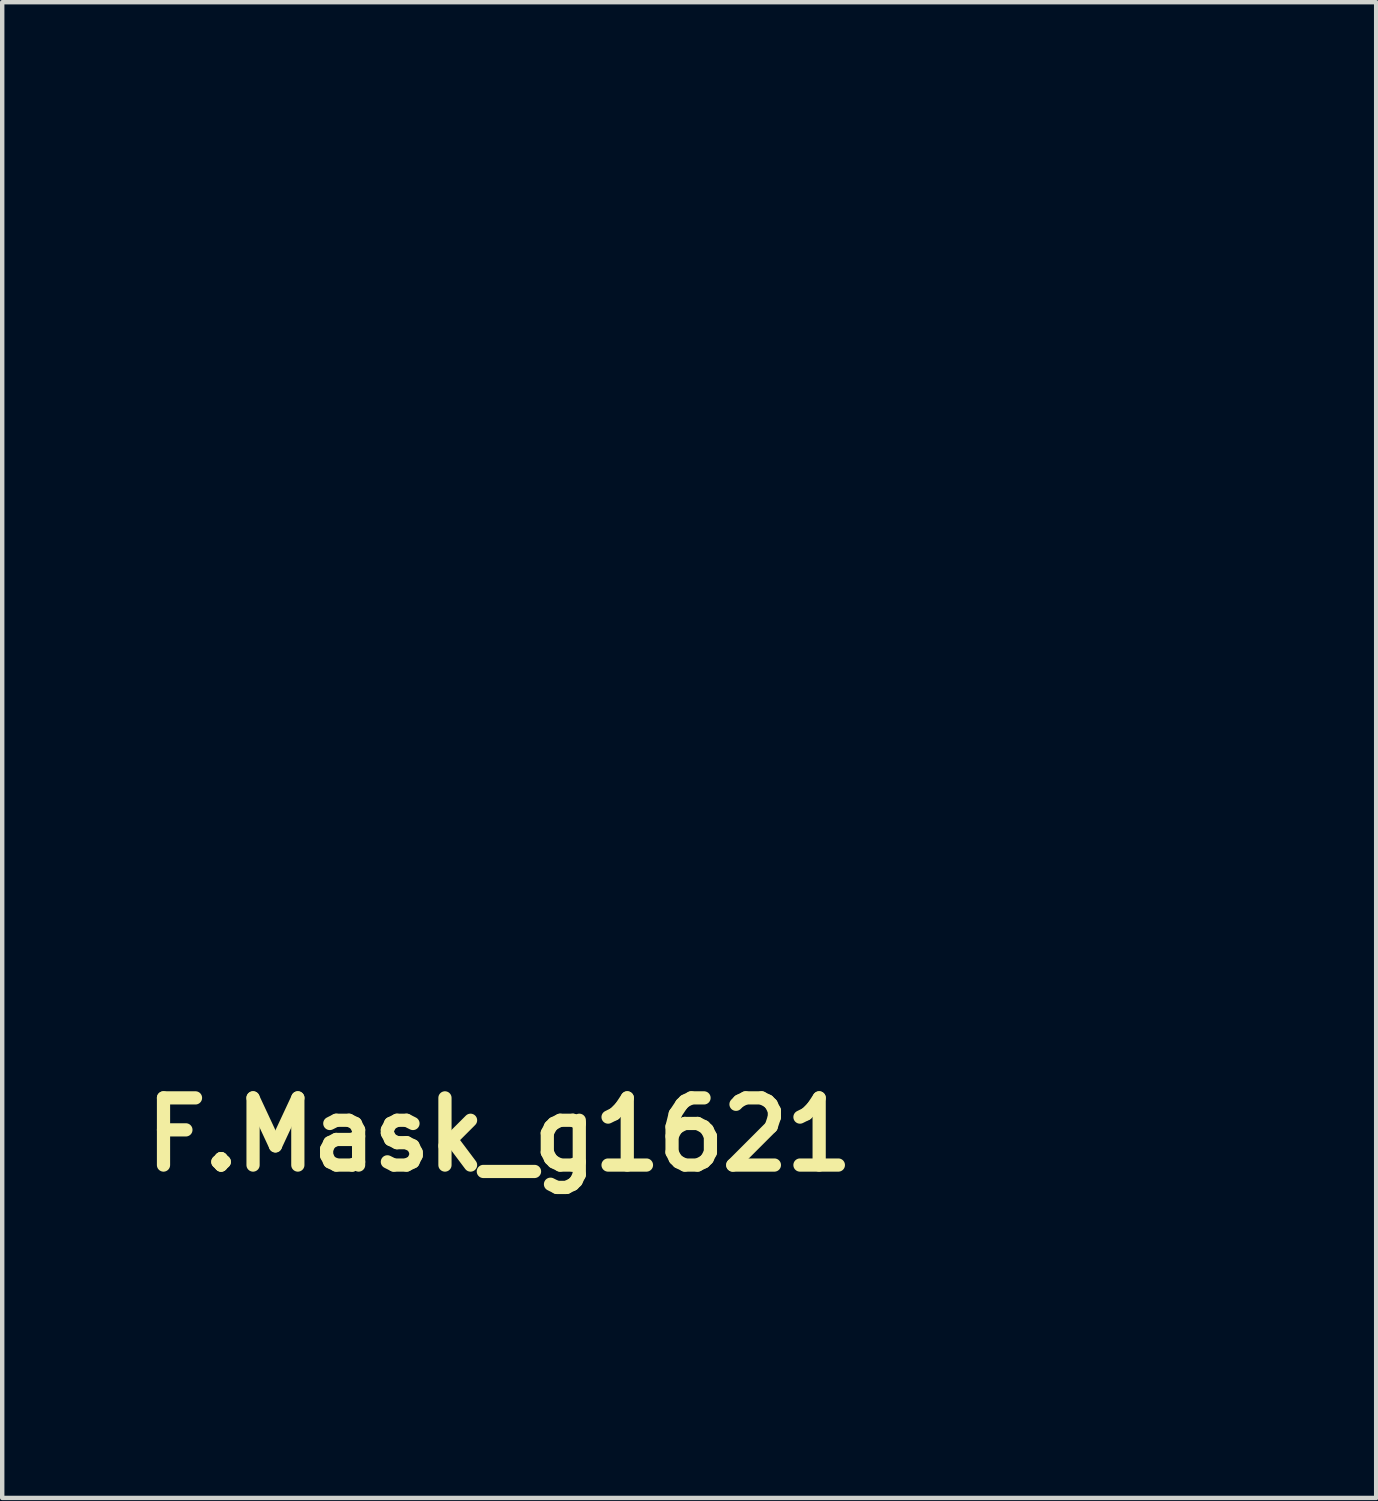
<source format=kicad_pcb>
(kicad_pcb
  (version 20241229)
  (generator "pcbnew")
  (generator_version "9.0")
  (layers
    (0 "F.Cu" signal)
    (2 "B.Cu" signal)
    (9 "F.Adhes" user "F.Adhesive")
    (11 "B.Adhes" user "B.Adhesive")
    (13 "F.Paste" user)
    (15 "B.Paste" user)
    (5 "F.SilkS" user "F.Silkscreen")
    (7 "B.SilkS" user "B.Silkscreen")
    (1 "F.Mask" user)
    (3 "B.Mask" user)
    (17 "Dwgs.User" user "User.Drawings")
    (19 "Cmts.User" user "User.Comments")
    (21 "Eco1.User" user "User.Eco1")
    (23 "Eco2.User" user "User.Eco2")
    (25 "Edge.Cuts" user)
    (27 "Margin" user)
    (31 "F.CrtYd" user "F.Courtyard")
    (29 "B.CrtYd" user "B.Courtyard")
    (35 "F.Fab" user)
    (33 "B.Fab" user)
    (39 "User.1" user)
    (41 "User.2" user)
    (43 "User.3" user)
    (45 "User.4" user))
  (footprint "F.Mask_g1621"
    (layer "F.Cu")
    (at 8.28 22.696)
    (property "Reference" "F.Mask_g1621" (at 0 0 0) (layer "F.SilkS") (effects (font (size 1.524 1.524) (thickness 0.3))))
    (attr through_hole)
    (fp_poly (pts (xy -0.085 -16.023) (xy -0.106 -16.002) (xy -0.127 -16.023) (xy -0.106 -16.044) (xy -0.085 -16.023)) (stroke (width 0.01) (type solid)) (fill yes) (layer "F.Mask"))
    (fp_poly (pts (xy 0 -16.235) (xy -0.021 -16.214) (xy -0.042 -16.235) (xy -0.021 -16.256) (xy 0 -16.235)) (stroke (width 0.01) (type solid)) (fill yes) (layer "F.Mask"))
    (fp_poly (pts (xy 0.042 -16.32) (xy 0.021 -16.298) (xy 0 -16.32) (xy 0.021 -16.341) (xy 0.042 -16.32)) (stroke (width 0.01) (type solid)) (fill yes) (layer "F.Mask"))
    (fp_poly (pts (xy 0.085 -16.404) (xy 0.064 -16.383) (xy 0.042 -16.404) (xy 0.064 -16.425) (xy 0.085 -16.404)) (stroke (width 0.01) (type solid)) (fill yes) (layer "F.Mask"))
    (fp_poly (pts (xy 8.467 -22.669) (xy 8.445 -22.648) (xy 8.424 -22.669) (xy 8.445 -22.691) (xy 8.467 -22.669)) (stroke (width 0.01) (type solid)) (fill yes) (layer "F.Mask"))
    (fp_poly (pts (xy 8.636 -16.997) (xy 8.615 -16.976) (xy 8.594 -16.997) (xy 8.615 -17.018) (xy 8.636 -16.997)) (stroke (width 0.01) (type solid)) (fill yes) (layer "F.Mask"))
    (fp_poly (pts (xy 16.044 -6.668) (xy 16.023 -6.646) (xy 16.002 -6.668) (xy 16.023 -6.689) (xy 16.044 -6.668)) (stroke (width 0.01) (type solid)) (fill yes) (layer "F.Mask"))
    (fp_poly (pts (xy 16.087 -6.583) (xy 16.066 -6.562) (xy 16.044 -6.583) (xy 16.066 -6.604) (xy 16.087 -6.583)) (stroke (width 0.01) (type solid)) (fill yes) (layer "F.Mask"))
    (fp_poly (pts (xy 16.552 0.275) (xy 16.531 0.296) (xy 16.51 0.275) (xy 16.531 0.254) (xy 16.552 0.275)) (stroke (width 0.01) (type solid)) (fill yes) (layer "F.Mask"))
    (fp_poly (pts (xy 16.891 -1.333) (xy 16.87 -1.312) (xy 16.849 -1.333) (xy 16.87 -1.355) (xy 16.891 -1.333)) (stroke (width 0.01) (type solid)) (fill yes) (layer "F.Mask"))
    (fp_poly (pts (xy -2.935 -16.115) (xy -2.941 -16.09) (xy -2.963 -16.087) (xy -2.998 -16.102) (xy -2.992 -16.115) (xy -2.941 -16.12) (xy -2.935 -16.115)) (stroke (width 0.01) (type solid)) (fill yes) (layer "F.Mask"))
    (fp_poly (pts (xy -2.721 -16.155) (xy -2.733 -16.135) (xy -2.776 -16.132) (xy -2.822 -16.143) (xy -2.802 -16.158) (xy -2.736 -16.163) (xy -2.721 -16.155)) (stroke (width 0.01) (type solid)) (fill yes) (layer "F.Mask"))
    (fp_poly (pts (xy -2.487 -16.199) (xy -2.482 -16.184) (xy -2.54 -16.178) (xy -2.6 -16.185) (xy -2.593 -16.199) (xy -2.506 -16.205) (xy -2.487 -16.199)) (stroke (width 0.01) (type solid)) (fill yes) (layer "F.Mask"))
    (fp_poly (pts (xy -0.056 -16.157) (xy -0.051 -16.107) (xy -0.056 -16.101) (xy -0.082 -16.107) (xy -0.085 -16.129) (xy -0.069 -16.164) (xy -0.056 -16.157)) (stroke (width 0.01) (type solid)) (fill yes) (layer "F.Mask"))
    (fp_poly (pts (xy 8.114 -18.595) (xy 8.119 -18.508) (xy 8.114 -18.489) (xy 8.098 -18.484) (xy 8.092 -18.542) (xy 8.099 -18.602) (xy 8.114 -18.595)) (stroke (width 0.01) (type solid)) (fill yes) (layer "F.Mask"))
    (fp_poly (pts (xy 16.751 -4.665) (xy 16.756 -4.598) (xy 16.747 -4.583) (xy 16.728 -4.596) (xy 16.725 -4.639) (xy 16.735 -4.684) (xy 16.751 -4.665)) (stroke (width 0.01) (type solid)) (fill yes) (layer "F.Mask"))
    (fp_poly (pts (xy 0.194 -16.656) (xy 0.166 -16.595) (xy 0.115 -16.496) (xy 0.09 -16.468) (xy 0.085 -16.495) (xy 0.109 -16.557) (xy 0.151 -16.618) (xy 0.194 -16.67) (xy 0.194 -16.656)) (stroke (width 0.01) (type solid)) (fill yes) (layer "F.Mask"))
    (fp_poly (pts (xy -2.287 -13.233) (xy -2.285 -13.165) (xy -2.292 -13.07) (xy -2.306 -12.978) (xy -2.325 -12.916) (xy -2.326 -12.914) (xy -2.347 -12.907) (xy -2.347 -12.979) (xy -2.341 -13.041) (xy -2.323 -13.158) (xy -2.307 -13.234) (xy -2.301 -13.247) (xy -2.287 -13.233)) (stroke (width 0.01) (type solid)) (fill yes) (layer "F.Mask"))
    (fp_poly (pts (xy -3.043 -15.503) (xy -2.989 -15.419) (xy -2.924 -15.308) (xy -2.862 -15.194) (xy -2.816 -15.1) (xy -2.8 -15.052) (xy -2.8 -15.05) (xy -2.827 -15.076) (xy -2.881 -15.159) (xy -2.952 -15.281) (xy -2.955 -15.286) (xy -3.021 -15.411) (xy -3.064 -15.5) (xy -3.074 -15.536) (xy -3.074 -15.536) (xy -3.043 -15.503)) (stroke (width 0.01) (type solid)) (fill yes) (layer "F.Mask"))
    (fp_poly (pts (xy 8.151 -18.353) (xy 8.176 -18.268) (xy 8.21 -18.125) (xy 8.251 -17.936) (xy 8.272 -17.83) (xy 8.312 -17.614) (xy 8.343 -17.428) (xy 8.362 -17.288) (xy 8.367 -17.209) (xy 8.365 -17.198) (xy 8.341 -17.203) (xy 8.34 -17.213) (xy 8.332 -17.267) (xy 8.309 -17.387) (xy 8.276 -17.555) (xy 8.236 -17.755) (xy 8.232 -17.774) (xy 8.191 -17.979) (xy 8.161 -18.158) (xy 8.142 -18.293) (xy 8.138 -18.364) (xy 8.139 -18.367) (xy 8.151 -18.353)) (stroke (width 0.01) (type solid)) (fill yes) (layer "F.Mask"))
    (fp_poly (pts (xy 16.844 -1.164) (xy 16.838 -1.091) (xy 16.816 -0.959) (xy 16.785 -0.784) (xy 16.746 -0.584) (xy 16.703 -0.378) (xy 16.661 -0.182) (xy 16.622 -0.015) (xy 16.591 0.106) (xy 16.571 0.163) (xy 16.57 0.164) (xy 16.56 0.146) (xy 16.569 0.068) (xy 16.575 0.042) (xy 16.595 -0.054) (xy 16.628 -0.213) (xy 16.67 -0.414) (xy 16.715 -0.635) (xy 16.724 -0.677) (xy 16.766 -0.876) (xy 16.801 -1.032) (xy 16.828 -1.134) (xy 16.843 -1.17) (xy 16.844 -1.164)) (stroke (width 0.01) (type solid)) (fill yes) (layer "F.Mask"))
    (fp_poly (pts (xy 16.122 -6.466) (xy 16.15 -6.417) (xy 16.164 -6.392) (xy 16.226 -6.265) (xy 16.299 -6.091) (xy 16.378 -5.884) (xy 16.459 -5.66) (xy 16.537 -5.432) (xy 16.606 -5.216) (xy 16.662 -5.026) (xy 16.699 -4.876) (xy 16.714 -4.782) (xy 16.71 -4.758) (xy 16.69 -4.785) (xy 16.656 -4.875) (xy 16.617 -5.005) (xy 16.574 -5.147) (xy 16.509 -5.344) (xy 16.431 -5.57) (xy 16.349 -5.8) (xy 16.341 -5.821) (xy 16.246 -6.08) (xy 16.178 -6.268) (xy 16.134 -6.392) (xy 16.111 -6.461) (xy 16.108 -6.483) (xy 16.122 -6.466)) (stroke (width 0.01) (type solid)) (fill yes) (layer "F.Mask"))
    (fp_poly (pts (xy 15.164 2.532) (xy 15.178 2.596) (xy 15.161 2.674) (xy 15.104 2.781) (xy 15 2.936) (xy 14.861 3.124) (xy 14.697 3.332) (xy 14.52 3.546) (xy 14.34 3.751) (xy 14.169 3.933) (xy 14.16 3.943) (xy 14.012 4.092) (xy 13.896 4.2) (xy 13.795 4.273) (xy 13.688 4.319) (xy 13.557 4.348) (xy 13.382 4.366) (xy 13.143 4.382) (xy 13.11 4.384) (xy 12.695 4.411) (xy 12.914 4.121) (xy 13.046 3.94) (xy 13.186 3.74) (xy 13.304 3.563) (xy 13.308 3.556) (xy 13.459 3.353) (xy 13.598 3.228) (xy 13.632 3.209) (xy 14.039 3.014) (xy 14.375 2.854) (xy 14.645 2.729) (xy 14.853 2.636) (xy 15.005 2.573) (xy 15.104 2.538) (xy 15.156 2.529) (xy 15.164 2.532)) (stroke (width 0.01) (type solid)) (fill yes) (layer "F.Mask"))
    (fp_poly (pts (xy 5.095 -8.142) (xy 5.164 -8.049) (xy 5.24 -7.903) (xy 5.364 -7.663) (xy 5.508 -7.442) (xy 5.687 -7.217) (xy 5.912 -6.973) (xy 6.272 -6.642) (xy 6.632 -6.396) (xy 6.993 -6.233) (xy 7.288 -6.163) (xy 7.485 -6.134) (xy 7.555 -6.345) (xy 7.626 -6.519) (xy 7.699 -6.612) (xy 7.778 -6.629) (xy 7.795 -6.624) (xy 7.836 -6.584) (xy 7.921 -6.484) (xy 8.04 -6.334) (xy 8.188 -6.144) (xy 8.356 -5.923) (xy 8.539 -5.68) (xy 8.729 -5.424) (xy 8.919 -5.166) (xy 9.102 -4.914) (xy 9.27 -4.677) (xy 9.418 -4.467) (xy 9.462 -4.403) (xy 9.616 -4.172) (xy 9.734 -3.985) (xy 9.825 -3.821) (xy 9.897 -3.658) (xy 9.96 -3.474) (xy 10.023 -3.249) (xy 10.093 -2.978) (xy 10.297 -2.025) (xy 10.428 -1.074) (xy 10.456 -0.741) (xy 10.5 -0.148) (xy 10.329 0.36) (xy 10.202 0.776) (xy 10.121 1.122) (xy 10.089 1.398) (xy 10.098 1.575) (xy 10.123 1.68) (xy 10.172 1.732) (xy 10.271 1.759) (xy 10.294 1.763) (xy 10.407 1.794) (xy 10.478 1.837) (xy 10.487 1.85) (xy 10.484 1.933) (xy 10.445 2.07) (xy 10.375 2.246) (xy 10.282 2.442) (xy 10.174 2.643) (xy 10.061 2.826) (xy 9.773 3.232) (xy 9.453 3.631) (xy 9.084 4.045) (xy 8.899 4.24) (xy 8.73 4.414) (xy 8.606 4.537) (xy 8.513 4.618) (xy 8.438 4.668) (xy 8.367 4.695) (xy 8.287 4.71) (xy 8.221 4.717) (xy 8.141 4.724) (xy 7.984 4.737) (xy 7.756 4.754) (xy 7.465 4.775) (xy 7.117 4.8) (xy 6.719 4.828) (xy 6.279 4.859) (xy 5.803 4.893) (xy 5.299 4.928) (xy 4.773 4.964) (xy 4.636 4.974) (xy 4.106 5.01) (xy 3.597 5.045) (xy 3.116 5.078) (xy 2.669 5.109) (xy 2.264 5.138) (xy 1.906 5.162) (xy 1.604 5.184) (xy 1.364 5.201) (xy 1.192 5.213) (xy 1.097 5.22) (xy 1.085 5.221) (xy 0.878 5.238) (xy -0.734 3.793) (xy -1.096 3.469) (xy -1.4 3.196) (xy -1.65 2.969) (xy -1.853 2.783) (xy -2.014 2.633) (xy -2.137 2.513) (xy -2.227 2.42) (xy -2.291 2.347) (xy -2.333 2.29) (xy -2.358 2.243) (xy -2.372 2.201) (xy -2.376 2.18) (xy -2.391 2.078) (xy -2.412 1.912) (xy -2.438 1.701) (xy -2.466 1.466) (xy -2.477 1.363) (xy -2.504 1.114) (xy -2.522 0.926) (xy -2.528 0.775) (xy -2.524 0.639) (xy -2.509 0.493) (xy -2.482 0.314) (xy -2.457 0.159) (xy -2.31 -0.558) (xy -2.117 -1.232) (xy -1.882 -1.856) (xy -1.607 -2.421) (xy -1.296 -2.917) (xy -1.231 -3.006) (xy -1.114 -3.157) (xy -1.028 -3.242) (xy -0.954 -3.26) (xy -0.875 -3.211) (xy -0.771 -3.096) (xy -0.699 -3.006) (xy -0.511 -2.795) (xy -0.331 -2.651) (xy -0.14 -2.562) (xy 0.046 -2.519) (xy 0.126 -2.509) (xy 0.192 -2.511) (xy 0.261 -2.533) (xy 0.346 -2.583) (xy 0.464 -2.667) (xy 0.63 -2.795) (xy 0.68 -2.833) (xy 1.178 -3.235) (xy 1.603 -3.612) (xy 1.96 -3.97) (xy 2.255 -4.317) (xy 2.494 -4.657) (xy 2.682 -4.999) (xy 2.761 -5.175) (xy 2.827 -5.325) (xy 2.886 -5.439) (xy 2.928 -5.499) (xy 2.937 -5.503) (xy 2.986 -5.481) (xy 3.089 -5.418) (xy 3.235 -5.325) (xy 3.408 -5.21) (xy 3.458 -5.175) (xy 3.796 -4.948) (xy 4.079 -4.769) (xy 4.316 -4.631) (xy 4.518 -4.529) (xy 4.695 -4.456) (xy 4.809 -4.421) (xy 4.95 -4.387) (xy 5.055 -4.368) (xy 5.102 -4.368) (xy 5.106 -4.417) (xy 5.1 -4.528) (xy 5.085 -4.679) (xy 5.079 -4.724) (xy 5.065 -4.866) (xy 5.05 -5.079) (xy 5.034 -5.349) (xy 5.018 -5.661) (xy 5.003 -6.001) (xy 4.989 -6.355) (xy 4.976 -6.709) (xy 4.966 -7.049) (xy 4.958 -7.361) (xy 4.954 -7.631) (xy 4.954 -7.715) (xy 4.955 -7.917) (xy 4.96 -8.048) (xy 4.971 -8.124) (xy 4.992 -8.16) (xy 5.025 -8.17) (xy 5.034 -8.17) (xy 5.095 -8.142)) (stroke (width 0.01) (type solid)) (fill yes) (layer "F.Mask"))
    (fp_poly (pts (xy 5.051 -18.541) (xy 5.07 -18.438) (xy 5.084 -18.265) (xy 5.097 -18.034) (xy 5.148 -17.501) (xy 5.241 -16.966) (xy 5.38 -16.417) (xy 5.569 -15.842) (xy 5.812 -15.227) (xy 6.011 -14.774) (xy 6.25 -14.228) (xy 6.442 -13.733) (xy 6.593 -13.276) (xy 6.673 -12.98) (xy 6.782 -12.543) (xy 6.993 -12.495) (xy 7.172 -12.459) (xy 7.308 -12.453) (xy 7.435 -12.481) (xy 7.59 -12.548) (xy 7.641 -12.573) (xy 7.825 -12.658) (xy 7.955 -12.696) (xy 8.047 -12.681) (xy 8.119 -12.611) (xy 8.188 -12.482) (xy 8.2 -12.457) (xy 8.361 -12.105) (xy 8.516 -11.783) (xy 8.659 -11.499) (xy 8.785 -11.263) (xy 8.889 -11.084) (xy 8.966 -10.973) (xy 8.974 -10.964) (xy 9.625 -10.201) (xy 10.199 -9.432) (xy 10.702 -8.647) (xy 11.14 -7.834) (xy 11.516 -6.996) (xy 11.658 -6.646) (xy 11.862 -6.646) (xy 11.988 -6.653) (xy 12.077 -6.684) (xy 12.164 -6.757) (xy 12.221 -6.818) (xy 12.347 -6.942) (xy 12.472 -7.035) (xy 12.578 -7.088) (xy 12.648 -7.091) (xy 12.657 -7.084) (xy 12.681 -7.027) (xy 12.711 -6.911) (xy 12.741 -6.773) (xy 12.779 -6.613) (xy 12.84 -6.407) (xy 12.913 -6.186) (xy 12.958 -6.064) (xy 13.204 -5.362) (xy 13.404 -4.667) (xy 13.558 -3.993) (xy 13.661 -3.353) (xy 13.711 -2.757) (xy 13.716 -2.528) (xy 13.694 -1.92) (xy 13.626 -1.324) (xy 13.509 -0.726) (xy 13.339 -0.111) (xy 13.113 0.533) (xy 12.836 1.205) (xy 12.729 1.445) (xy 12.645 1.624) (xy 12.571 1.761) (xy 12.496 1.874) (xy 12.41 1.98) (xy 12.3 2.098) (xy 12.202 2.197) (xy 12.028 2.375) (xy 11.842 2.57) (xy 11.673 2.751) (xy 11.587 2.846) (xy 11.325 3.141) (xy 11.423 3.221) (xy 11.56 3.301) (xy 11.743 3.354) (xy 11.984 3.381) (xy 12.2 3.386) (xy 12.368 3.39) (xy 12.501 3.4) (xy 12.578 3.413) (xy 12.588 3.419) (xy 12.58 3.48) (xy 12.518 3.58) (xy 12.416 3.705) (xy 12.284 3.84) (xy 12.137 3.971) (xy 12.013 4.066) (xy 11.811 4.206) (xy 11.644 4.314) (xy 11.493 4.394) (xy 11.342 4.453) (xy 11.175 4.494) (xy 10.976 4.523) (xy 10.726 4.546) (xy 10.411 4.566) (xy 10.372 4.569) (xy 10.105 4.586) (xy 9.862 4.603) (xy 9.659 4.619) (xy 9.51 4.632) (xy 9.428 4.643) (xy 9.42 4.645) (xy 9.408 4.628) (xy 9.451 4.559) (xy 9.546 4.445) (xy 9.627 4.356) (xy 9.869 4.072) (xy 10.123 3.735) (xy 10.378 3.362) (xy 10.623 2.969) (xy 10.849 2.574) (xy 11.045 2.195) (xy 11.2 1.847) (xy 11.279 1.633) (xy 11.35 1.396) (xy 11.383 1.224) (xy 11.376 1.103) (xy 11.326 1.023) (xy 11.233 0.971) (xy 11.166 0.951) (xy 11.082 0.915) (xy 11.066 0.851) (xy 11.069 0.832) (xy 11.105 0.63) (xy 11.14 0.371) (xy 11.171 0.084) (xy 11.196 -0.206) (xy 11.203 -0.307) (xy 11.205 -0.883) (xy 11.15 -1.492) (xy 11.042 -2.117) (xy 10.886 -2.74) (xy 10.686 -3.345) (xy 10.447 -3.913) (xy 10.175 -4.428) (xy 10.007 -4.691) (xy 9.668 -5.171) (xy 9.341 -5.615) (xy 9.03 -6.019) (xy 8.738 -6.378) (xy 8.468 -6.689) (xy 8.226 -6.946) (xy 8.014 -7.146) (xy 7.836 -7.284) (xy 7.696 -7.356) (xy 7.639 -7.366) (xy 7.579 -7.337) (xy 7.479 -7.26) (xy 7.357 -7.149) (xy 7.298 -7.091) (xy 7.14 -6.94) (xy 7.015 -6.851) (xy 6.906 -6.817) (xy 6.795 -6.833) (xy 6.69 -6.879) (xy 6.576 -6.958) (xy 6.455 -7.086) (xy 6.32 -7.271) (xy 6.167 -7.519) (xy 5.99 -7.839) (xy 5.971 -7.874) (xy 5.795 -8.19) (xy 5.639 -8.433) (xy 5.499 -8.608) (xy 5.37 -8.722) (xy 5.245 -8.782) (xy 5.217 -8.789) (xy 5.124 -8.797) (xy 5.049 -8.769) (xy 4.96 -8.689) (xy 4.938 -8.666) (xy 4.802 -8.479) (xy 4.683 -8.218) (xy 4.578 -7.882) (xy 4.487 -7.47) (xy 4.411 -6.979) (xy 4.348 -6.408) (xy 4.299 -5.756) (xy 4.294 -5.662) (xy 4.268 -5.207) (xy 4.092 -5.315) (xy 3.654 -5.559) (xy 3.235 -5.738) (xy 2.811 -5.863) (xy 2.782 -5.87) (xy 2.591 -5.91) (xy 2.428 -5.939) (xy 2.311 -5.954) (xy 2.264 -5.953) (xy 2.218 -5.901) (xy 2.181 -5.802) (xy 2.179 -5.792) (xy 2.13 -5.63) (xy 2.049 -5.417) (xy 1.946 -5.177) (xy 1.829 -4.93) (xy 1.711 -4.699) (xy 1.601 -4.507) (xy 1.544 -4.419) (xy 1.195 -3.998) (xy 0.77 -3.602) (xy 0.445 -3.354) (xy 0.07 -3.088) (xy -0.095 -3.248) (xy -0.203 -3.359) (xy -0.337 -3.508) (xy -0.471 -3.665) (xy -0.494 -3.693) (xy -0.687 -3.908) (xy -0.856 -4.051) (xy -1.011 -4.129) (xy -1.138 -4.149) (xy -1.214 -4.141) (xy -1.282 -4.111) (xy -1.353 -4.047) (xy -1.437 -3.939) (xy -1.544 -3.776) (xy -1.652 -3.602) (xy -2.157 -2.699) (xy -2.589 -1.779) (xy -2.955 -0.82) (xy -2.99 -0.717) (xy -3.195 -0.106) (xy -3.195 0.73) (xy -3.197 0.985) (xy -3.201 1.207) (xy -3.206 1.385) (xy -3.214 1.505) (xy -3.222 1.555) (xy -3.223 1.556) (xy -3.26 1.526) (xy -3.352 1.446) (xy -3.493 1.322) (xy -3.675 1.161) (xy -3.891 0.969) (xy -4.133 0.753) (xy -4.377 0.535) (xy -5.503 -0.476) (xy -5.503 -0.949) (xy -5.491 -1.326) (xy -5.457 -1.735) (xy -5.405 -2.145) (xy -5.339 -2.523) (xy -5.292 -2.731) (xy -5.229 -2.941) (xy -5.134 -3.218) (xy -5.008 -3.554) (xy -4.856 -3.941) (xy -4.68 -4.369) (xy -4.484 -4.831) (xy -4.272 -5.317) (xy -4.25 -5.367) (xy -4.035 -5.847) (xy -3.843 -6.262) (xy -3.668 -6.626) (xy -3.503 -6.952) (xy -3.341 -7.254) (xy -3.175 -7.546) (xy -2.997 -7.841) (xy -2.972 -7.882) (xy -2.835 -8.105) (xy -2.701 -8.324) (xy -2.584 -8.519) (xy -2.494 -8.672) (xy -2.46 -8.731) (xy -2.357 -8.889) (xy -2.274 -8.966) (xy -2.241 -8.975) (xy -2.196 -8.966) (xy -2.163 -8.931) (xy -2.139 -8.855) (xy -2.119 -8.725) (xy -2.099 -8.525) (xy -2.097 -8.498) (xy -2.077 -8.334) (xy -2.05 -8.191) (xy -2.025 -8.108) (xy -1.94 -8.013) (xy -1.783 -7.929) (xy -1.567 -7.862) (xy -1.538 -7.855) (xy -1.464 -7.845) (xy -1.408 -7.86) (xy -1.349 -7.916) (xy -1.27 -8.025) (xy -1.238 -8.072) (xy -0.755 -8.841) (xy -0.35 -9.599) (xy -0.023 -10.344) (xy 0.224 -11.075) (xy 0.39 -11.788) (xy 0.428 -12.021) (xy 0.456 -12.19) (xy 0.487 -12.32) (xy 0.516 -12.394) (xy 0.527 -12.404) (xy 0.572 -12.378) (xy 0.671 -12.304) (xy 0.815 -12.192) (xy 0.994 -12.048) (xy 1.199 -11.88) (xy 1.313 -11.785) (xy 1.59 -11.556) (xy 1.814 -11.376) (xy 1.993 -11.239) (xy 2.139 -11.138) (xy 2.26 -11.069) (xy 2.366 -11.023) (xy 2.467 -10.994) (xy 2.526 -10.983) (xy 2.688 -10.957) (xy 2.688 -12.347) (xy 2.69 -12.821) (xy 2.697 -13.225) (xy 2.71 -13.573) (xy 2.732 -13.879) (xy 2.762 -14.157) (xy 2.804 -14.422) (xy 2.859 -14.688) (xy 2.928 -14.969) (xy 3.005 -15.253) (xy 3.199 -15.841) (xy 3.447 -16.425) (xy 3.74 -16.989) (xy 4.067 -17.518) (xy 4.422 -17.996) (xy 4.793 -18.405) (xy 4.799 -18.411) (xy 4.9 -18.51) (xy 4.972 -18.57) (xy 5.021 -18.583) (xy 5.051 -18.541)) (stroke (width 0.01) (type solid)) (fill yes) (layer "F.Mask"))
    (fp_poly (pts (xy 6.899 -21.276) (xy 6.912 -21.218) (xy 6.922 -21.113) (xy 6.928 -20.952) (xy 6.933 -20.728) (xy 6.935 -20.434) (xy 6.935 -20.119) (xy 6.938 -19.578) (xy 6.951 -19.106) (xy 6.975 -18.686) (xy 7.011 -18.302) (xy 7.061 -17.937) (xy 7.125 -17.577) (xy 7.18 -17.32) (xy 7.217 -17.162) (xy 7.257 -17.019) (xy 7.304 -16.877) (xy 7.364 -16.723) (xy 7.443 -16.544) (xy 7.546 -16.326) (xy 7.678 -16.055) (xy 7.793 -15.824) (xy 7.955 -15.504) (xy 8.085 -15.254) (xy 8.186 -15.068) (xy 8.263 -14.938) (xy 8.321 -14.858) (xy 8.361 -14.821) (xy 8.376 -14.817) (xy 8.492 -14.854) (xy 8.615 -14.953) (xy 8.725 -15.098) (xy 8.743 -15.13) (xy 8.799 -15.225) (xy 8.84 -15.278) (xy 8.847 -15.282) (xy 8.873 -15.247) (xy 8.932 -15.146) (xy 9.019 -14.991) (xy 9.128 -14.791) (xy 9.254 -14.556) (xy 9.356 -14.365) (xy 9.499 -14.099) (xy 9.638 -13.848) (xy 9.764 -13.626) (xy 9.871 -13.446) (xy 9.951 -13.32) (xy 9.984 -13.275) (xy 10.087 -13.151) (xy 10.209 -13.006) (xy 10.335 -12.859) (xy 10.447 -12.728) (xy 10.532 -12.632) (xy 10.563 -12.597) (xy 10.635 -12.517) (xy 10.748 -12.385) (xy 10.891 -12.214) (xy 11.051 -12.02) (xy 11.218 -11.816) (xy 11.38 -11.616) (xy 11.525 -11.435) (xy 11.642 -11.287) (xy 11.697 -11.216) (xy 11.798 -11.073) (xy 11.881 -10.938) (xy 11.955 -10.789) (xy 12.03 -10.607) (xy 12.115 -10.372) (xy 12.149 -10.272) (xy 12.266 -9.937) (xy 12.368 -9.671) (xy 12.461 -9.462) (xy 12.55 -9.296) (xy 12.641 -9.16) (xy 12.706 -9.08) (xy 12.828 -8.965) (xy 12.973 -8.864) (xy 13.114 -8.79) (xy 13.224 -8.763) (xy 13.271 -8.798) (xy 13.343 -8.891) (xy 13.428 -9.025) (xy 13.461 -9.084) (xy 13.542 -9.226) (xy 13.607 -9.332) (xy 13.647 -9.386) (xy 13.654 -9.39) (xy 13.674 -9.345) (xy 13.715 -9.239) (xy 13.769 -9.09) (xy 13.803 -8.994) (xy 13.892 -8.756) (xy 14.006 -8.475) (xy 14.148 -8.145) (xy 14.32 -7.76) (xy 14.525 -7.314) (xy 14.766 -6.802) (xy 14.88 -6.563) (xy 15.071 -6.154) (xy 15.221 -5.813) (xy 15.333 -5.532) (xy 15.409 -5.308) (xy 15.43 -5.229) (xy 15.528 -4.751) (xy 15.601 -4.21) (xy 15.649 -3.621) (xy 15.671 -3.003) (xy 15.667 -2.372) (xy 15.636 -1.746) (xy 15.579 -1.141) (xy 15.512 -0.667) (xy 15.447 -0.37) (xy 15.345 -0.021) (xy 15.216 0.361) (xy 15.066 0.754) (xy 14.904 1.139) (xy 14.736 1.495) (xy 14.574 1.797) (xy 14.475 1.95) (xy 14.349 2.119) (xy 14.208 2.292) (xy 14.064 2.455) (xy 13.93 2.595) (xy 13.817 2.697) (xy 13.737 2.748) (xy 13.72 2.752) (xy 13.686 2.728) (xy 13.684 2.648) (xy 13.693 2.593) (xy 13.719 2.46) (xy 13.743 2.348) (xy 13.745 2.339) (xy 13.754 2.284) (xy 13.743 2.256) (xy 13.696 2.255) (xy 13.602 2.281) (xy 13.447 2.337) (xy 13.367 2.367) (xy 13.217 2.42) (xy 13.103 2.457) (xy 13.043 2.471) (xy 13.039 2.469) (xy 13.055 2.426) (xy 13.1 2.318) (xy 13.167 2.159) (xy 13.253 1.961) (xy 13.329 1.786) (xy 13.555 1.263) (xy 13.746 0.802) (xy 13.907 0.392) (xy 14.042 0.019) (xy 14.157 -0.328) (xy 14.255 -0.663) (xy 14.291 -0.795) (xy 14.328 -0.945) (xy 14.356 -1.078) (xy 14.375 -1.211) (xy 14.387 -1.362) (xy 14.394 -1.548) (xy 14.397 -1.786) (xy 14.397 -2.057) (xy 14.388 -2.692) (xy 14.362 -3.251) (xy 14.318 -3.745) (xy 14.256 -4.18) (xy 14.175 -4.564) (xy 14.133 -4.72) (xy 14.071 -4.927) (xy 13.993 -5.178) (xy 13.902 -5.462) (xy 13.803 -5.769) (xy 13.698 -6.089) (xy 13.591 -6.412) (xy 13.485 -6.727) (xy 13.384 -7.024) (xy 13.291 -7.293) (xy 13.21 -7.523) (xy 13.144 -7.705) (xy 13.097 -7.827) (xy 13.071 -7.881) (xy 13.07 -7.882) (xy 12.999 -7.902) (xy 12.878 -7.914) (xy 12.812 -7.916) (xy 12.708 -7.912) (xy 12.628 -7.894) (xy 12.552 -7.847) (xy 12.457 -7.76) (xy 12.358 -7.659) (xy 12.11 -7.401) (xy 12.037 -7.585) (xy 11.9 -7.898) (xy 11.729 -8.228) (xy 11.519 -8.581) (xy 11.265 -8.965) (xy 10.963 -9.388) (xy 10.608 -9.855) (xy 10.263 -10.291) (xy 10.055 -10.552) (xy 9.859 -10.802) (xy 9.683 -11.03) (xy 9.535 -11.227) (xy 9.423 -11.382) (xy 9.355 -11.485) (xy 9.346 -11.5) (xy 9.25 -11.691) (xy 9.136 -11.941) (xy 9.013 -12.229) (xy 8.89 -12.534) (xy 8.776 -12.834) (xy 8.696 -13.06) (xy 8.553 -13.483) (xy 8.368 -13.477) (xy 8.143 -13.434) (xy 7.923 -13.331) (xy 7.753 -13.194) (xy 7.662 -13.116) (xy 7.554 -13.05) (xy 7.454 -13.007) (xy 7.389 -13.003) (xy 7.384 -13.007) (xy 7.365 -13.055) (xy 7.332 -13.165) (xy 7.294 -13.316) (xy 7.282 -13.362) (xy 7.233 -13.554) (xy 7.176 -13.748) (xy 7.106 -13.954) (xy 7.019 -14.186) (xy 6.911 -14.456) (xy 6.776 -14.776) (xy 6.61 -15.158) (xy 6.583 -15.22) (xy 6.392 -15.656) (xy 6.234 -16.025) (xy 6.106 -16.338) (xy 6.005 -16.604) (xy 5.928 -16.834) (xy 5.873 -17.037) (xy 5.837 -17.224) (xy 5.817 -17.405) (xy 5.81 -17.59) (xy 5.814 -17.788) (xy 5.824 -17.989) (xy 5.837 -18.245) (xy 5.847 -18.516) (xy 5.855 -18.79) (xy 5.86 -19.054) (xy 5.862 -19.293) (xy 5.86 -19.494) (xy 5.855 -19.644) (xy 5.847 -19.728) (xy 5.842 -19.742) (xy 5.789 -19.767) (xy 5.713 -19.79) (xy 5.663 -19.793) (xy 5.603 -19.774) (xy 5.52 -19.724) (xy 5.405 -19.637) (xy 5.246 -19.505) (xy 5.121 -19.397) (xy 4.588 -18.917) (xy 4.127 -18.454) (xy 3.729 -17.998) (xy 3.387 -17.535) (xy 3.093 -17.053) (xy 2.839 -16.541) (xy 2.617 -15.987) (xy 2.42 -15.377) (xy 2.334 -15.066) (xy 2.189 -14.482) (xy 2.083 -13.95) (xy 2.011 -13.447) (xy 1.97 -12.951) (xy 1.966 -12.869) (xy 1.954 -12.628) (xy 1.941 -12.405) (xy 1.928 -12.218) (xy 1.915 -12.088) (xy 1.911 -12.053) (xy 1.884 -11.894) (xy 1.6 -12.169) (xy 1.452 -12.305) (xy 1.305 -12.417) (xy 1.137 -12.52) (xy 0.923 -12.63) (xy 0.828 -12.675) (xy 0.609 -12.783) (xy 0.451 -12.873) (xy 0.359 -12.939) (xy 0.339 -12.97) (xy 0.333 -13.016) (xy 0.304 -13.047) (xy 0.236 -13.069) (xy 0.112 -13.087) (xy -0.028 -13.101) (xy -0.331 -13.131) (xy -0.309 -12.545) (xy -0.314 -11.946) (xy -0.375 -11.395) (xy -0.495 -10.878) (xy -0.537 -10.746) (xy -0.603 -10.569) (xy -0.7 -10.34) (xy -0.818 -10.077) (xy -0.948 -9.802) (xy -1.081 -9.535) (xy -1.205 -9.297) (xy -1.311 -9.109) (xy -1.328 -9.081) (xy -1.432 -8.912) (xy -1.585 -9.248) (xy -1.727 -9.53) (xy -1.863 -9.736) (xy -2.004 -9.876) (xy -2.158 -9.958) (xy -2.334 -9.989) (xy -2.381 -9.991) (xy -2.456 -9.985) (xy -2.512 -9.958) (xy -2.564 -9.892) (xy -2.629 -9.772) (xy -2.662 -9.705) (xy -2.779 -9.474) (xy -2.931 -9.189) (xy -3.108 -8.868) (xy -3.299 -8.527) (xy -3.496 -8.186) (xy -3.687 -7.861) (xy -3.704 -7.832) (xy -3.85 -7.582) (xy -4.013 -7.292) (xy -4.173 -6.997) (xy -4.311 -6.734) (xy -4.313 -6.731) (xy -4.419 -6.519) (xy -4.545 -6.259) (xy -4.687 -5.963) (xy -4.837 -5.644) (xy -4.991 -5.314) (xy -5.143 -4.985) (xy -5.286 -4.671) (xy -5.416 -4.382) (xy -5.527 -4.132) (xy -5.612 -3.934) (xy -5.667 -3.798) (xy -5.668 -3.794) (xy -5.745 -3.565) (xy -5.827 -3.285) (xy -5.909 -2.972) (xy -5.989 -2.641) (xy -6.062 -2.309) (xy -6.126 -1.991) (xy -6.177 -1.705) (xy -6.21 -1.466) (xy -6.223 -1.291) (xy -6.223 -1.283) (xy -6.223 -1.136) (xy -6.382 -1.265) (xy -6.481 -1.349) (xy -6.621 -1.473) (xy -6.778 -1.615) (xy -6.873 -1.702) (xy -7.205 -2.011) (xy -7.091 -2.519) (xy -6.858 -3.417) (xy -6.56 -4.327) (xy -6.194 -5.255) (xy -5.759 -6.203) (xy -5.252 -7.176) (xy -4.673 -8.178) (xy -4.109 -9.073) (xy -3.763 -9.624) (xy -3.473 -10.129) (xy -3.239 -10.584) (xy -3.064 -10.987) (xy -2.949 -11.336) (xy -2.92 -11.457) (xy -2.881 -11.635) (xy -2.846 -11.783) (xy -2.819 -11.88) (xy -2.81 -11.905) (xy -2.77 -11.898) (xy -2.69 -11.838) (xy -2.585 -11.736) (xy -2.571 -11.721) (xy -2.43 -11.569) (xy -2.279 -11.406) (xy -2.173 -11.292) (xy -2.057 -11.177) (xy -1.966 -11.115) (xy -1.877 -11.093) (xy -1.84 -11.091) (xy -1.737 -11.104) (xy -1.66 -11.157) (xy -1.589 -11.251) (xy -1.499 -11.411) (xy -1.428 -11.594) (xy -1.374 -11.811) (xy -1.336 -12.075) (xy -1.312 -12.394) (xy -1.299 -12.782) (xy -1.297 -12.996) (xy -1.295 -13.298) (xy -1.296 -13.533) (xy -1.301 -13.719) (xy -1.311 -13.873) (xy -1.329 -14.014) (xy -1.355 -14.158) (xy -1.392 -14.324) (xy -1.436 -14.509) (xy -1.486 -14.723) (xy -1.525 -14.907) (xy -1.552 -15.045) (xy -1.561 -15.123) (xy -1.56 -15.134) (xy -1.508 -15.136) (xy -1.394 -15.115) (xy -1.238 -15.076) (xy -1.056 -15.024) (xy -0.869 -14.965) (xy -0.693 -14.904) (xy -0.588 -14.862) (xy -0.311 -14.724) (xy -0.011 -14.537) (xy 0.285 -14.318) (xy 0.552 -14.088) (xy 0.592 -14.049) (xy 0.736 -13.915) (xy 0.843 -13.837) (xy 0.931 -13.804) (xy 0.968 -13.801) (xy 1.093 -13.801) (xy 1.118 -14.171) (xy 1.153 -14.654) (xy 1.192 -15.065) (xy 1.238 -15.418) (xy 1.294 -15.727) (xy 1.361 -16.004) (xy 1.444 -16.264) (xy 1.545 -16.52) (xy 1.667 -16.784) (xy 1.689 -16.828) (xy 2.044 -17.468) (xy 2.458 -18.065) (xy 2.94 -18.632) (xy 3.196 -18.895) (xy 3.577 -19.258) (xy 3.941 -19.573) (xy 4.316 -19.862) (xy 4.729 -20.147) (xy 4.995 -20.318) (xy 5.165 -20.42) (xy 5.372 -20.539) (xy 5.605 -20.667) (xy 5.851 -20.799) (xy 6.096 -20.927) (xy 6.33 -21.046) (xy 6.538 -21.148) (xy 6.708 -21.228) (xy 6.829 -21.279) (xy 6.883 -21.294) (xy 6.899 -21.276)) (stroke (width 0.01) (type solid)) (fill yes) (layer "F.Mask")))
  (gr_rect
    (start -3 -3)
    (end 28.176 30.939)
    (stroke (width 0.1) (type default))
    (fill no)
    (layer "Edge.Cuts")))
</source>
